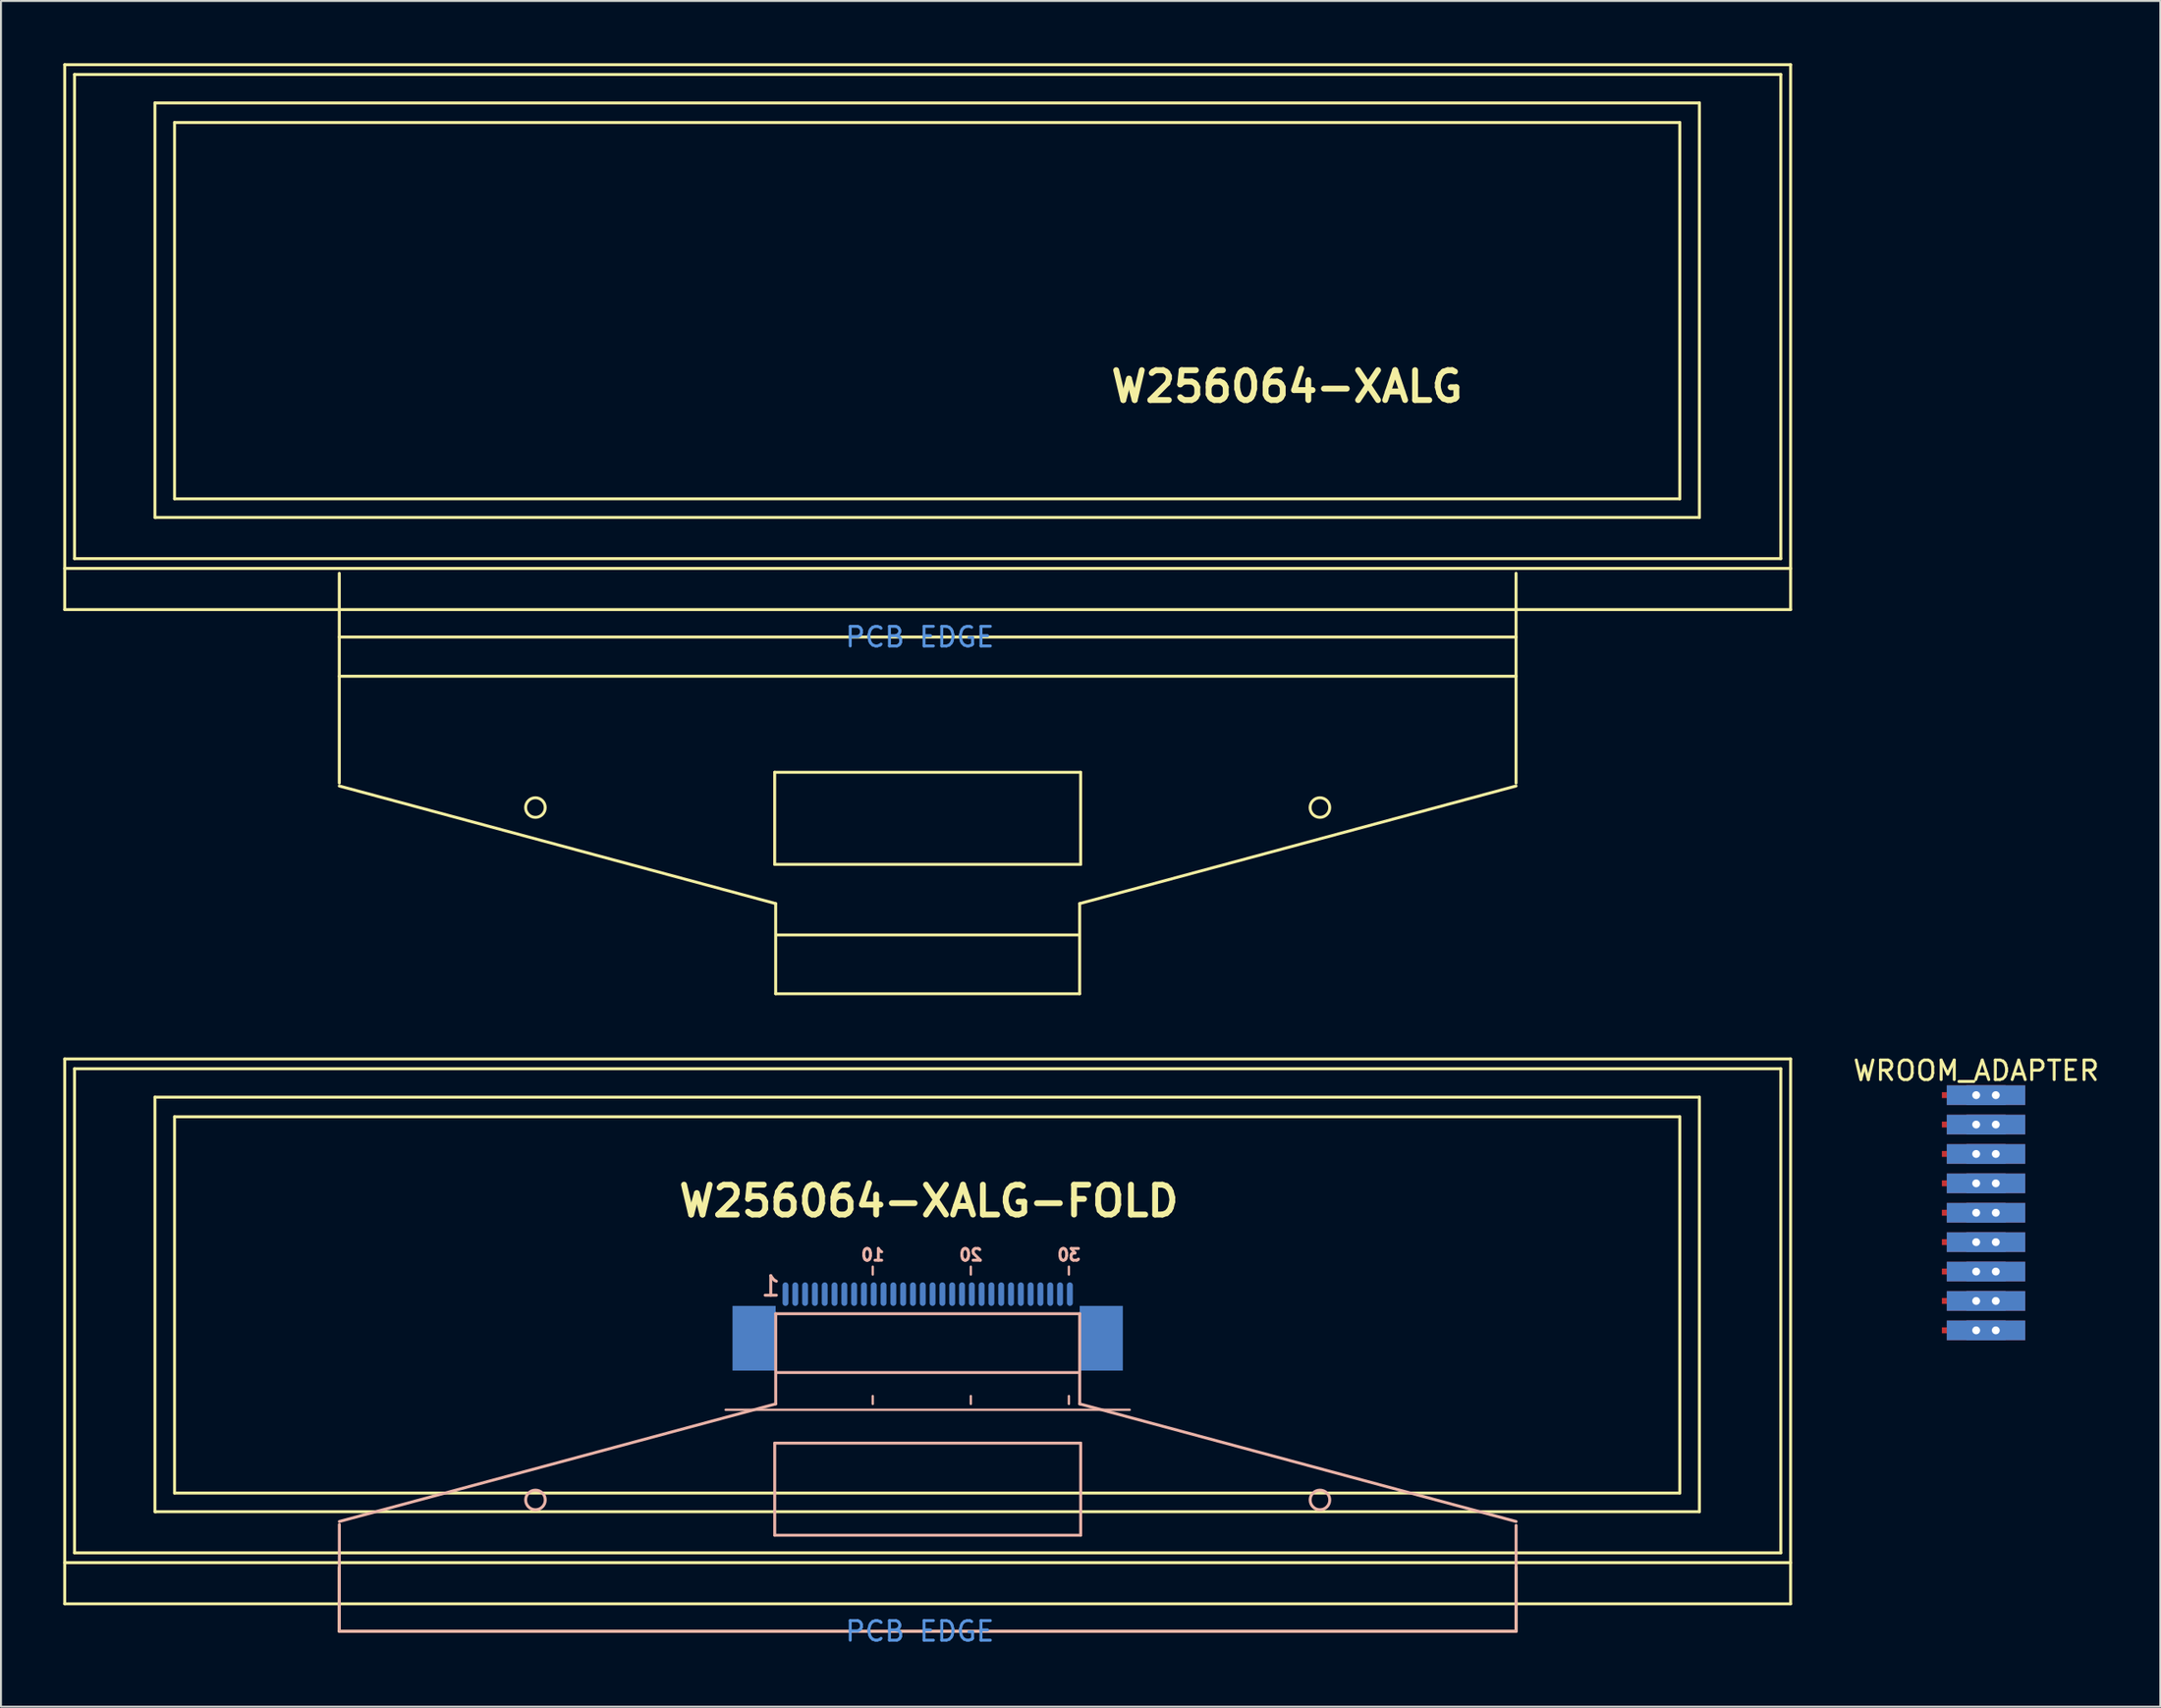
<source format=kicad_pcb>
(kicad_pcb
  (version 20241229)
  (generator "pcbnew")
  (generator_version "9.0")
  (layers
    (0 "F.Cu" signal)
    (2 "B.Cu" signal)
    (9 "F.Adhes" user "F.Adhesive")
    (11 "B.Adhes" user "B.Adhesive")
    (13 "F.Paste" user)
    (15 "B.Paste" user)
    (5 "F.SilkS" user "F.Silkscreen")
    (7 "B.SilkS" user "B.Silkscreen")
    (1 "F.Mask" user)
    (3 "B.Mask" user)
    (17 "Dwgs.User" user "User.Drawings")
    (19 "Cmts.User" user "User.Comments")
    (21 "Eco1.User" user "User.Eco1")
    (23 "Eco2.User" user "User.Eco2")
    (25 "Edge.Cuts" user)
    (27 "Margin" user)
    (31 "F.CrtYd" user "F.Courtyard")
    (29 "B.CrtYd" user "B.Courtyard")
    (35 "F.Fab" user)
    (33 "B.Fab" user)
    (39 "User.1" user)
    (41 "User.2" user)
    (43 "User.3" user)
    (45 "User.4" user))
  (footprint "WROOM_ADAPTER"
    (layer "F.Cu")
    (at 97.712 52.823)
    (property "Reference" "WROOM_ADAPTER" (at 0 -1.25 0) (layer "F.SilkS") (effects (font (size 1 1) (thickness 0.15))))
    (attr through_hole)
    (pad "1" smd rect (at -0.75 0) (size 2 0.3) (layers "F.Cu" "F.Mask" "F.Paste"))
    (pad "1" thru_hole rect (at 0 0) (size 3 1) (drill 0.4) (layers "*.Cu" "F.Mask"))
    (pad "1" thru_hole rect (at 1 0) (size 3 1) (drill 0.4) (layers "*.Cu" "F.Mask"))
    (pad "2" smd rect (at -0.75 1.5) (size 2 0.3) (layers "F.Cu" "F.Mask" "F.Paste"))
    (pad "2" thru_hole rect (at 0 1.5) (size 3 1) (drill 0.4) (layers "*.Cu" "F.Mask"))
    (pad "2" thru_hole rect (at 1 1.5) (size 3 1) (drill 0.4) (layers "*.Cu" "F.Mask"))
    (pad "3" smd rect (at -0.75 3) (size 2 0.3) (layers "F.Cu" "F.Mask" "F.Paste"))
    (pad "3" thru_hole rect (at 0 3) (size 3 1) (drill 0.4) (layers "*.Cu" "F.Mask"))
    (pad "3" thru_hole rect (at 1 3) (size 3 1) (drill 0.4) (layers "*.Cu" "F.Mask"))
    (pad "4" smd rect (at -0.75 4.5) (size 2 0.3) (layers "F.Cu" "F.Mask" "F.Paste"))
    (pad "4" thru_hole rect (at 0 4.5) (size 3 1) (drill 0.4) (layers "*.Cu" "F.Mask"))
    (pad "4" thru_hole rect (at 1 4.5) (size 3 1) (drill 0.4) (layers "*.Cu" "F.Mask"))
    (pad "5" smd rect (at -0.75 6) (size 2 0.3) (layers "F.Cu" "F.Mask" "F.Paste"))
    (pad "5" thru_hole rect (at 0 6) (size 3 1) (drill 0.4) (layers "*.Cu" "F.Mask"))
    (pad "5" thru_hole rect (at 1 6) (size 3 1) (drill 0.4) (layers "*.Cu" "F.Mask"))
    (pad "6" smd rect (at -0.75 7.5) (size 2 0.3) (layers "F.Cu" "F.Mask" "F.Paste"))
    (pad "6" thru_hole rect (at 0 7.5) (size 3 1) (drill 0.4) (layers "*.Cu" "F.Mask"))
    (pad "6" thru_hole rect (at 1 7.5) (size 3 1) (drill 0.4) (layers "*.Cu" "F.Mask"))
    (pad "7" smd rect (at -0.75 9) (size 2 0.3) (layers "F.Cu" "F.Mask" "F.Paste"))
    (pad "7" thru_hole rect (at 0 9) (size 3 1) (drill 0.4) (layers "*.Cu" "F.Mask"))
    (pad "7" thru_hole rect (at 1 9) (size 3 1) (drill 0.4) (layers "*.Cu" "F.Mask"))
    (pad "8" smd rect (at -0.75 10.5) (size 2 0.3) (layers "F.Cu" "F.Mask" "F.Paste"))
    (pad "8" thru_hole rect (at 0 10.5) (size 3 1) (drill 0.4) (layers "*.Cu" "F.Mask"))
    (pad "8" thru_hole rect (at 1 10.5) (size 3 1) (drill 0.4) (layers "*.Cu" "F.Mask"))
    (pad "9" smd rect (at -0.75 12) (size 2 0.3) (layers "F.Cu" "F.Mask" "F.Paste"))
    (pad "9" thru_hole rect (at 0 12) (size 3 1) (drill 0.4) (layers "*.Cu" "F.Mask"))
    (pad "9" thru_hole rect (at 1 12) (size 3 1) (drill 0.4) (layers "*.Cu" "F.Mask")))
  (footprint "W256064-XALG"
    (layer "F.Cu")
    (at 0.25 0.25)
    (property "Reference" "W256064-XALG" (at 62.32 16.42 0) (layer "F.SilkS") (effects (font (size 1.524 1.524) (thickness 0.3))))
    (attr through_hole)
    (fp_line (start 0 0) (end 88 0) (stroke (width 0.15) (type solid)) (layer "F.SilkS"))
    (fp_line (start 0 25.7) (end 88 25.7) (stroke (width 0.15) (type solid)) (layer "F.SilkS"))
    (fp_line (start 0 27.8) (end 0 0) (stroke (width 0.15) (type solid)) (layer "F.SilkS"))
    (fp_line (start 0.5 0.5) (end 87.5 0.5) (stroke (width 0.15) (type solid)) (layer "F.SilkS"))
    (fp_line (start 0.5 25.2) (end 0.5 0.5) (stroke (width 0.15) (type solid)) (layer "F.SilkS"))
    (fp_line (start 4.6 1.95) (end 83.35 1.95) (stroke (width 0.15) (type solid)) (layer "F.SilkS"))
    (fp_line (start 4.6 23.1) (end 4.6 1.95) (stroke (width 0.15) (type solid)) (layer "F.SilkS"))
    (fp_line (start 4.65 23.1) (end 4.6 23.1) (stroke (width 0.15) (type solid)) (layer "F.SilkS"))
    (fp_line (start 5.6 2.95) (end 82.35 2.95) (stroke (width 0.15) (type solid)) (layer "F.SilkS"))
    (fp_line (start 5.6 22.15) (end 5.6 2.95) (stroke (width 0.15) (type solid)) (layer "F.SilkS"))
    (fp_line (start 14 25.95) (end 14 36.65) (stroke (width 0.15) (type solid)) (layer "F.SilkS"))
    (fp_line (start 14 36.8) (end 36.25 42.8) (stroke (width 0.15) (type solid)) (layer "F.SilkS"))
    (fp_line (start 36.2 36.1) (end 51.8 36.1) (stroke (width 0.15) (type solid)) (layer "F.SilkS"))
    (fp_line (start 36.2 40.8) (end 36.2 36.1) (stroke (width 0.15) (type solid)) (layer "F.SilkS"))
    (fp_line (start 36.25 42.8) (end 36.25 47.4) (stroke (width 0.15) (type solid)) (layer "F.SilkS"))
    (fp_line (start 36.25 47.4) (end 51.75 47.4) (stroke (width 0.15) (type solid)) (layer "F.SilkS"))
    (fp_line (start 36.3 44.4) (end 51.7 44.4) (stroke (width 0.15) (type solid)) (layer "F.SilkS"))
    (fp_line (start 51.75 42.8) (end 51.75 47.4) (stroke (width 0.15) (type solid)) (layer "F.SilkS"))
    (fp_line (start 51.8 36.1) (end 51.8 40.8) (stroke (width 0.15) (type solid)) (layer "F.SilkS"))
    (fp_line (start 51.8 40.8) (end 36.2 40.8) (stroke (width 0.15) (type solid)) (layer "F.SilkS"))
    (fp_line (start 74 25.95) (end 74 36.65) (stroke (width 0.15) (type solid)) (layer "F.SilkS"))
    (fp_line (start 74 29.2) (end 14 29.2) (stroke (width 0.15) (type solid)) (layer "F.SilkS"))
    (fp_line (start 74 31.2) (end 14 31.2) (stroke (width 0.15) (type solid)) (layer "F.SilkS"))
    (fp_line (start 74 36.8) (end 51.75 42.8) (stroke (width 0.15) (type solid)) (layer "F.SilkS"))
    (fp_line (start 82.35 2.95) (end 82.35 22.15) (stroke (width 0.15) (type solid)) (layer "F.SilkS"))
    (fp_line (start 82.35 22.15) (end 5.6 22.15) (stroke (width 0.15) (type solid)) (layer "F.SilkS"))
    (fp_line (start 83.35 1.95) (end 83.35 23.1) (stroke (width 0.15) (type solid)) (layer "F.SilkS"))
    (fp_line (start 83.35 23.1) (end 4.65 23.1) (stroke (width 0.15) (type solid)) (layer "F.SilkS"))
    (fp_line (start 87.5 0.5) (end 87.5 25.2) (stroke (width 0.15) (type solid)) (layer "F.SilkS"))
    (fp_line (start 87.5 25.2) (end 0.5 25.2) (stroke (width 0.15) (type solid)) (layer "F.SilkS"))
    (fp_line (start 88 0) (end 88 27.8) (stroke (width 0.15) (type solid)) (layer "F.SilkS"))
    (fp_line (start 88 27.8) (end 0 27.8) (stroke (width 0.15) (type solid)) (layer "F.SilkS"))
    (fp_circle (center 24 37.9) (end 24.3 38.3) (stroke (width 0.15) (type solid)) (fill no) (layer "F.SilkS"))
    (fp_circle (center 64 37.9) (end 64.4 38.2) (stroke (width 0.15) (type solid)) (fill no) (layer "F.SilkS"))
    (fp_text user "PCB EDGE" (at 43.6 29.2 0) (layer "Cmts.User") (effects (font (size 1 1) (thickness 0.15)))))
  (footprint "W256064-XALG-FOLD"
    (layer "F.Cu")
    (at 0.25 50.975)
    (property "Reference" "W256064-XALG-FOLD" (at 44.06 7.25 0) (layer "F.SilkS") (effects (font (size 1.524 1.524) (thickness 0.3))))
    (attr through_hole)
    (fp_line (start 0 0) (end 88 0) (stroke (width 0.15) (type solid)) (layer "F.SilkS"))
    (fp_line (start 0 25.7) (end 88 25.7) (stroke (width 0.15) (type solid)) (layer "F.SilkS"))
    (fp_line (start 0 27.8) (end 0 0) (stroke (width 0.15) (type solid)) (layer "F.SilkS"))
    (fp_line (start 0.5 0.5) (end 87.5 0.5) (stroke (width 0.15) (type solid)) (layer "F.SilkS"))
    (fp_line (start 0.5 25.2) (end 0.5 0.5) (stroke (width 0.15) (type solid)) (layer "F.SilkS"))
    (fp_line (start 4.6 1.95) (end 83.35 1.95) (stroke (width 0.15) (type solid)) (layer "F.SilkS"))
    (fp_line (start 4.6 23.1) (end 4.6 1.95) (stroke (width 0.15) (type solid)) (layer "F.SilkS"))
    (fp_line (start 4.65 23.1) (end 4.6 23.1) (stroke (width 0.15) (type solid)) (layer "F.SilkS"))
    (fp_line (start 5.6 2.95) (end 82.35 2.95) (stroke (width 0.15) (type solid)) (layer "F.SilkS"))
    (fp_line (start 5.6 22.15) (end 5.6 2.95) (stroke (width 0.15) (type solid)) (layer "F.SilkS"))
    (fp_line (start 14 25.95) (end 14 29.2) (stroke (width 0.15) (type solid)) (layer "F.SilkS"))
    (fp_line (start 74 25.95) (end 74 29.2) (stroke (width 0.15) (type solid)) (layer "F.SilkS"))
    (fp_line (start 74 29.2) (end 14 29.2) (stroke (width 0.15) (type solid)) (layer "F.SilkS"))
    (fp_line (start 82.35 2.95) (end 82.35 22.15) (stroke (width 0.15) (type solid)) (layer "F.SilkS"))
    (fp_line (start 82.35 22.15) (end 5.6 22.15) (stroke (width 0.15) (type solid)) (layer "F.SilkS"))
    (fp_line (start 83.35 1.95) (end 83.35 23.1) (stroke (width 0.15) (type solid)) (layer "F.SilkS"))
    (fp_line (start 83.35 23.1) (end 4.65 23.1) (stroke (width 0.15) (type solid)) (layer "F.SilkS"))
    (fp_line (start 87.5 0.5) (end 87.5 25.2) (stroke (width 0.15) (type solid)) (layer "F.SilkS"))
    (fp_line (start 87.5 25.2) (end 0.5 25.2) (stroke (width 0.15) (type solid)) (layer "F.SilkS"))
    (fp_line (start 88 0) (end 88 27.8) (stroke (width 0.15) (type solid)) (layer "F.SilkS"))
    (fp_line (start 88 27.8) (end 0 27.8) (stroke (width 0.15) (type solid)) (layer "F.SilkS"))
    (fp_line (start 14.002 23.6) (end 36.252 17.6) (stroke (width 0.15) (type solid)) (layer "B.SilkS"))
    (fp_line (start 14.002 29.2) (end 14.002 23.75) (stroke (width 0.15) (type solid)) (layer "B.SilkS"))
    (fp_line (start 33.7 17.9) (end 54.3 17.9) (stroke (width 0.12) (type solid)) (layer "B.SilkS"))
    (fp_line (start 36.202 19.6) (end 36.202 24.3) (stroke (width 0.15) (type solid)) (layer "B.SilkS"))
    (fp_line (start 36.202 24.3) (end 51.802 24.3) (stroke (width 0.15) (type solid)) (layer "B.SilkS"))
    (fp_line (start 36.252 13) (end 51.752 13) (stroke (width 0.15) (type solid)) (layer "B.SilkS"))
    (fp_line (start 36.252 17.6) (end 36.252 13) (stroke (width 0.15) (type solid)) (layer "B.SilkS"))
    (fp_line (start 36.302 16) (end 51.702 16) (stroke (width 0.15) (type solid)) (layer "B.SilkS"))
    (fp_line (start 41.2 11) (end 41.2 10.6) (stroke (width 0.12) (type solid)) (layer "B.SilkS"))
    (fp_line (start 41.2 17.6) (end 41.2 17.2) (stroke (width 0.12) (type solid)) (layer "B.SilkS"))
    (fp_line (start 46.2 11) (end 46.2 10.6) (stroke (width 0.12) (type solid)) (layer "B.SilkS"))
    (fp_line (start 46.2 17.6) (end 46.2 17.2) (stroke (width 0.12) (type solid)) (layer "B.SilkS"))
    (fp_line (start 51.2 11) (end 51.2 10.6) (stroke (width 0.12) (type solid)) (layer "B.SilkS"))
    (fp_line (start 51.2 17.6) (end 51.2 17.2) (stroke (width 0.12) (type solid)) (layer "B.SilkS"))
    (fp_line (start 51.752 17.6) (end 51.752 13) (stroke (width 0.15) (type solid)) (layer "B.SilkS"))
    (fp_line (start 51.802 19.6) (end 36.202 19.6) (stroke (width 0.15) (type solid)) (layer "B.SilkS"))
    (fp_line (start 51.802 24.3) (end 51.802 19.6) (stroke (width 0.15) (type solid)) (layer "B.SilkS"))
    (fp_line (start 74.002 23.6) (end 51.752 17.6) (stroke (width 0.15) (type solid)) (layer "B.SilkS"))
    (fp_line (start 74.002 29.2) (end 14.002 29.2) (stroke (width 0.15) (type solid)) (layer "B.SilkS"))
    (fp_line (start 74.002 29.2) (end 74.002 23.8) (stroke (width 0.15) (type solid)) (layer "B.SilkS"))
    (fp_circle (center 24.002 22.5) (end 24.302 22.1) (stroke (width 0.15) (type solid)) (fill no) (layer "B.SilkS"))
    (fp_circle (center 64.002 22.5) (end 64.402 22.2) (stroke (width 0.15) (type solid)) (fill no) (layer "B.SilkS"))
    (fp_text user "10" (at 41.2 10 0) (layer "B.SilkS") (effects (font (size 0.6 0.6) (thickness 0.15)) (justify mirror)))
    (fp_text user "1" (at 36 11.6 0) (layer "B.SilkS") (effects (font (size 1 1) (thickness 0.15)) (justify mirror)))
    (fp_text user "20" (at 46.2 10 0) (layer "B.SilkS") (effects (font (size 0.6 0.6) (thickness 0.15)) (justify mirror)))
    (fp_text user "30" (at 51.2 10 0) (layer "B.SilkS") (effects (font (size 0.6 0.6) (thickness 0.15)) (justify mirror)))
    (fp_text user "PCB EDGE" (at 43.6 29.2 0) (layer "Cmts.User") (effects (font (size 1 1) (thickness 0.15))))
    (pad "1" smd oval (at 36.75 12) (size 0.3 1.2) (layers "B.Cu" "B.Mask" "B.Paste"))
    (pad "2" smd oval (at 37.25 12) (size 0.3 1.2) (layers "B.Cu" "B.Mask" "B.Paste"))
    (pad "3" smd oval (at 37.75 12) (size 0.3 1.2) (layers "B.Cu" "B.Mask" "B.Paste"))
    (pad "4" smd oval (at 38.25 12) (size 0.3 1.2) (layers "B.Cu" "B.Mask" "B.Paste"))
    (pad "5" smd oval (at 38.75 12) (size 0.3 1.2) (layers "B.Cu" "B.Mask" "B.Paste"))
    (pad "6" smd oval (at 39.25 12) (size 0.3 1.2) (layers "B.Cu" "B.Mask" "B.Paste"))
    (pad "7" smd oval (at 39.75 12) (size 0.3 1.2) (layers "B.Cu" "B.Mask" "B.Paste"))
    (pad "8" smd oval (at 40.25 12) (size 0.3 1.2) (layers "B.Cu" "B.Mask" "B.Paste"))
    (pad "9" smd oval (at 40.75 12) (size 0.3 1.2) (layers "B.Cu" "B.Mask" "B.Paste"))
    (pad "10" smd oval (at 41.25 12) (size 0.3 1.2) (layers "B.Cu" "B.Mask" "B.Paste"))
    (pad "11" smd oval (at 41.75 12) (size 0.3 1.2) (layers "B.Cu" "B.Mask" "B.Paste"))
    (pad "12" smd oval (at 42.25 12) (size 0.3 1.2) (layers "B.Cu" "B.Mask" "B.Paste"))
    (pad "13" smd oval (at 42.75 12) (size 0.3 1.2) (layers "B.Cu" "B.Mask" "B.Paste"))
    (pad "14" smd oval (at 43.25 12) (size 0.3 1.2) (layers "B.Cu" "B.Mask" "B.Paste"))
    (pad "15" smd oval (at 43.75 12) (size 0.3 1.2) (layers "B.Cu" "B.Mask" "B.Paste"))
    (pad "16" smd oval (at 44.25 12) (size 0.3 1.2) (layers "B.Cu" "B.Mask" "B.Paste"))
    (pad "17" smd oval (at 44.75 12) (size 0.3 1.2) (layers "B.Cu" "B.Mask" "B.Paste"))
    (pad "18" smd oval (at 45.25 12) (size 0.3 1.2) (layers "B.Cu" "B.Mask" "B.Paste"))
    (pad "19" smd oval (at 45.75 12) (size 0.3 1.2) (layers "B.Cu" "B.Mask" "B.Paste"))
    (pad "20" smd oval (at 46.25 12) (size 0.3 1.2) (layers "B.Cu" "B.Mask" "B.Paste"))
    (pad "21" smd oval (at 46.75 12) (size 0.3 1.2) (layers "B.Cu" "B.Mask" "B.Paste"))
    (pad "22" smd oval (at 47.25 12) (size 0.3 1.2) (layers "B.Cu" "B.Mask" "B.Paste"))
    (pad "23" smd oval (at 47.75 12) (size 0.3 1.2) (layers "B.Cu" "B.Mask" "B.Paste"))
    (pad "24" smd oval (at 48.25 12) (size 0.3 1.2) (layers "B.Cu" "B.Mask" "B.Paste"))
    (pad "25" smd oval (at 48.75 12) (size 0.3 1.2) (layers "B.Cu" "B.Mask" "B.Paste"))
    (pad "26" smd oval (at 49.25 12) (size 0.3 1.2) (layers "B.Cu" "B.Mask" "B.Paste"))
    (pad "27" smd oval (at 49.75 12) (size 0.3 1.2) (layers "B.Cu" "B.Mask" "B.Paste"))
    (pad "28" smd oval (at 50.25 12) (size 0.3 1.2) (layers "B.Cu" "B.Mask" "B.Paste"))
    (pad "29" smd oval (at 50.75 12) (size 0.3 1.2) (layers "B.Cu" "B.Mask" "B.Paste"))
    (pad "30" smd oval (at 51.25 12) (size 0.3 1.2) (layers "B.Cu" "B.Mask" "B.Paste"))
    (pad "31" smd rect (at 35.15 14.25) (size 2.2 3.3) (layers "B.Cu" "B.Mask" "B.Paste"))
    (pad "31" smd rect (at 52.85 14.25) (size 2.2 3.3) (layers "B.Cu" "B.Mask" "B.Paste")))
  (gr_rect
    (start -3 -3)
    (end 107.099 84.023)
    (stroke (width 0.1) (type default))
    (fill no)
    (layer "Edge.Cuts")))
</source>
